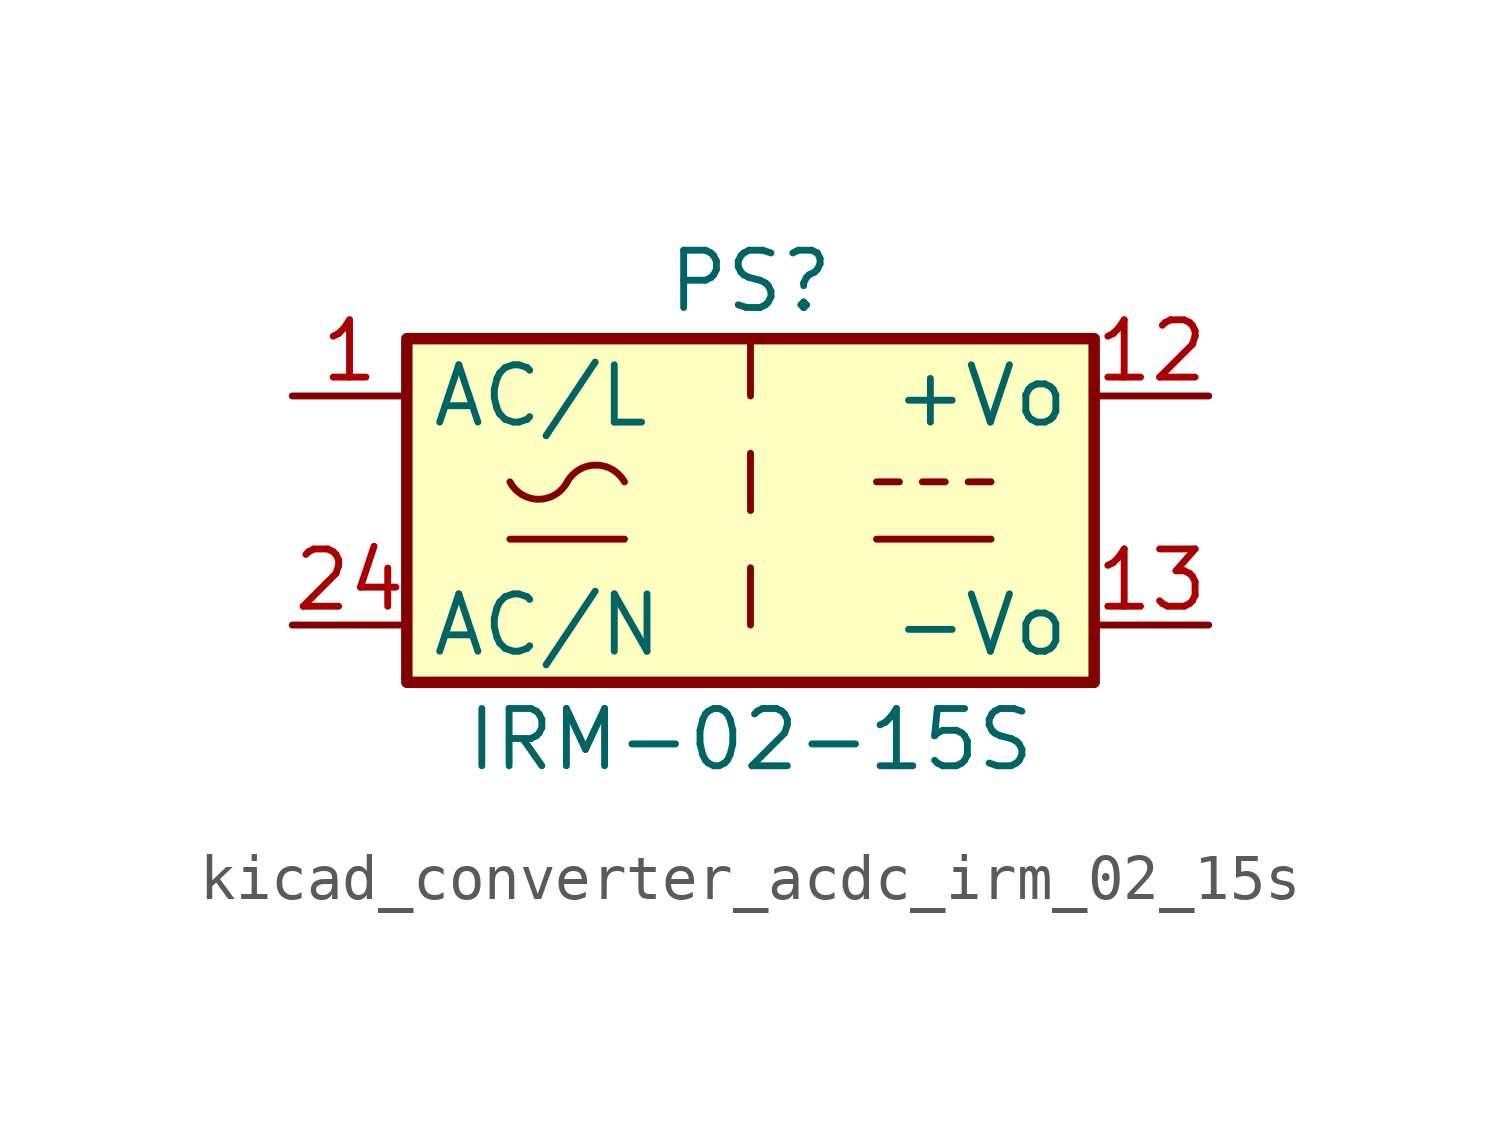
<source format=kicad_sym>
(kicad_symbol_lib
  (version 20220914)
  (generator kicad_symbol_editor)
  (symbol "kicad_converter_acdc_irm_02_15s"
    (property "Reference" "PS"
      (at 0 5.08 0)
      (effects (font (size 1.27 1.27))))
    (property "Value" "IRM-02-15S"
      (at 0 -5.08 0)
      (effects (font (size 1.27 1.27))))
    (symbol "kicad_converter_acdc_irm_02_15s_1_1"
      (rectangle (start -7.62 3.81) (end 7.62 -3.81) (stroke (width 0.254) (type default)) (fill (type background)))
      (arc (start -5.334 0.635) (mid -4.699 0.2495) (end -4.064 0.635) (stroke (width 0) (type default)) (fill (type none)))
      (arc (start -2.794 0.635) (mid -3.429 1.0072) (end -4.064 0.635) (stroke (width 0) (type default)) (fill (type none)))
      (polyline (pts (xy -5.334 -0.635) (xy -2.794 -0.635)) (stroke (width 0) (type default)) (fill (type none)))
      (polyline (pts (xy 0 -1.27) (xy 0 -2.54)) (stroke (width 0) (type default)) (fill (type none)))
      (polyline (pts (xy 0 1.27) (xy 0 0)) (stroke (width 0) (type default)) (fill (type none)))
      (polyline (pts (xy 0 3.81) (xy 0 2.54)) (stroke (width 0) (type default)) (fill (type none)))
      (polyline (pts (xy 2.794 -0.635) (xy 5.334 -0.635)) (stroke (width 0) (type default)) (fill (type none)))
      (polyline (pts (xy 2.794 0.635) (xy 3.302 0.635)) (stroke (width 0) (type default)) (fill (type none)))
      (polyline (pts (xy 3.81 0.635) (xy 4.318 0.635)) (stroke (width 0) (type default)) (fill (type none)))
      (polyline (pts (xy 4.826 0.635) (xy 5.334 0.635)) (stroke (width 0) (type default)) (fill (type none)))
      (pin power_in line (at -10.16 2.54 0) (length 2.54) (name "AC/L" (effects (font (size 1.27 1.27)))) (number "1" (effects (font (size 1.27 1.27)))))
      (pin power_out line (at 10.16 2.54 180) (length 2.54) (name "+Vo" (effects (font (size 1.27 1.27)))) (number "12" (effects (font (size 1.27 1.27)))))
      (pin power_out line (at 10.16 -2.54 180) (length 2.54) (name "-Vo" (effects (font (size 1.27 1.27)))) (number "13" (effects (font (size 1.27 1.27)))))
      (pin power_in line (at -10.16 -2.54 0) (length 2.54) (name "AC/N" (effects (font (size 1.27 1.27)))) (number "24" (effects (font (size 1.27 1.27))))))))
</source>
